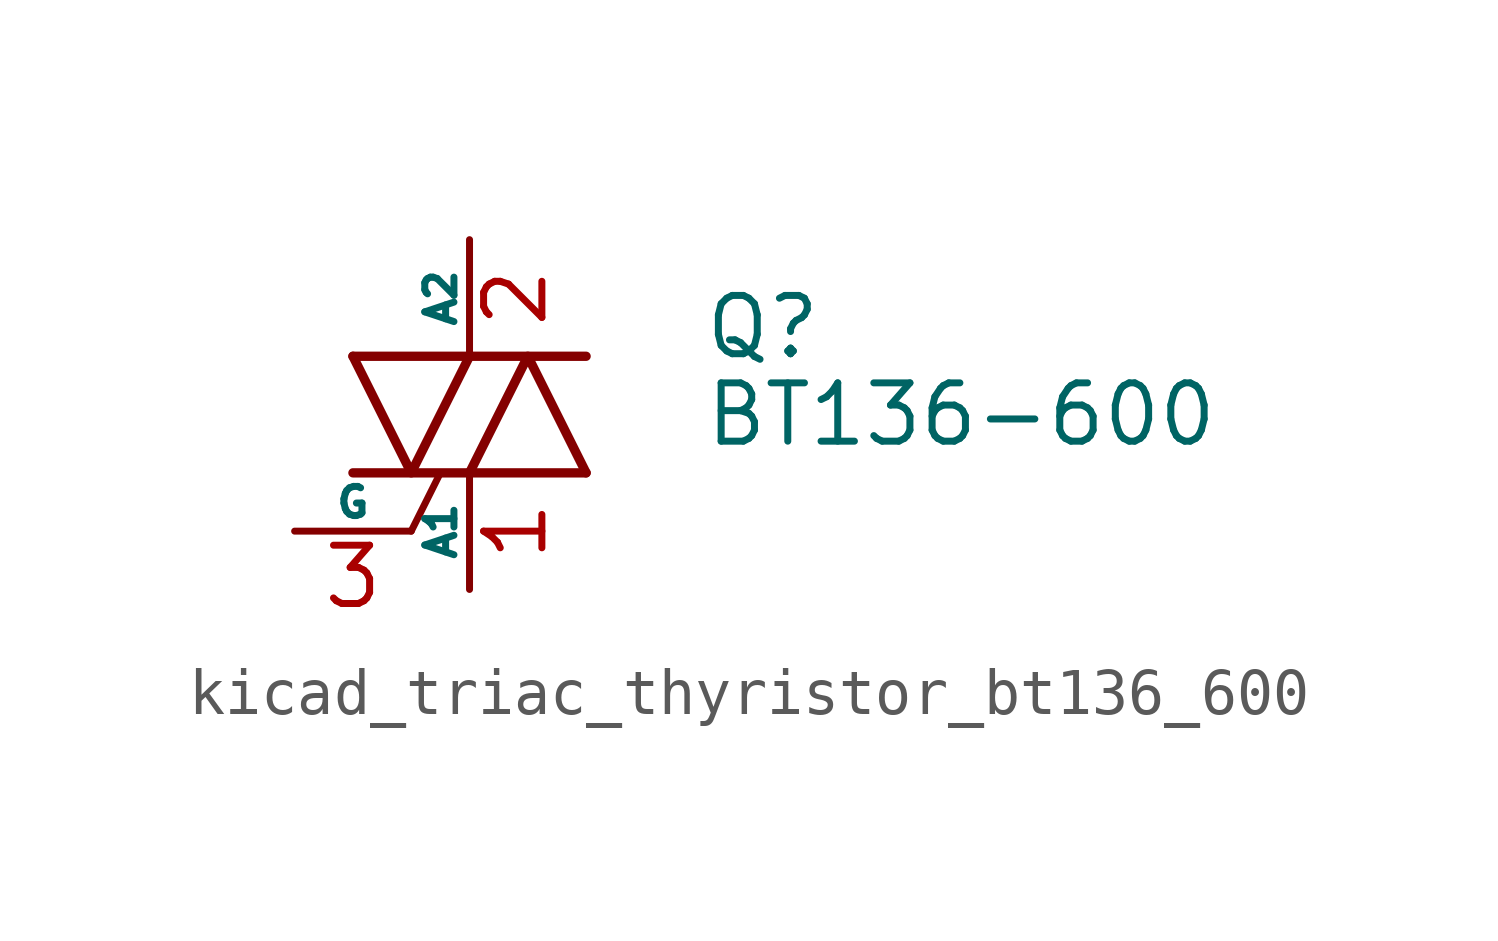
<source format=kicad_sym>
(kicad_symbol_lib
  (version 20220914)
  (generator kicad_symbol_editor)
  (symbol "kicad_triac_thyristor_bt136_600"
    (pin_names
      (offset 0))
    (property "Reference" "Q"
      (at 5.08 1.905 0)
      (effects (font (size 1.27 1.27)) (justify left)))
    (property "Value" "BT136-600"
      (at 5.08 0 0)
      (effects (font (size 1.27 1.27)) (justify left)))
    (symbol "kicad_triac_thyristor_bt136_600_0_1"
      (polyline (pts (xy -2.54 -1.27) (xy 2.54 -1.27)) (stroke (width 0.203) (type default)) (fill (type none)))
      (polyline (pts (xy -2.54 1.27) (xy 2.54 1.27)) (stroke (width 0.203) (type default)) (fill (type none)))
      (polyline (pts (xy -1.27 -2.54) (xy -0.635 -1.27)) (stroke (width 0) (type default)) (fill (type none)))
      (polyline (pts (xy -2.54 1.27) (xy -1.27 -1.27) (xy 0 1.27)) (stroke (width 0.203) (type default)) (fill (type none)))
      (polyline (pts (xy 0 -1.27) (xy 1.27 1.27) (xy 2.54 -1.27)) (stroke (width 0.203) (type default)) (fill (type none))))
    (symbol "kicad_triac_thyristor_bt136_600_1_1"
      (pin passive line (at 0 -3.81 90) (length 2.54) (name "A1" (effects (font (size 0.635 0.635)))) (number "1" (effects (font (size 1.27 1.27)))))
      (pin passive line (at 0 3.81 270) (length 2.54) (name "A2" (effects (font (size 0.635 0.635)))) (number "2" (effects (font (size 1.27 1.27)))))
      (pin input line (at -3.81 -2.54 0) (length 2.54) (name "G" (effects (font (size 0.635 0.635)))) (number "3" (effects (font (size 1.27 1.27))))))))
</source>
